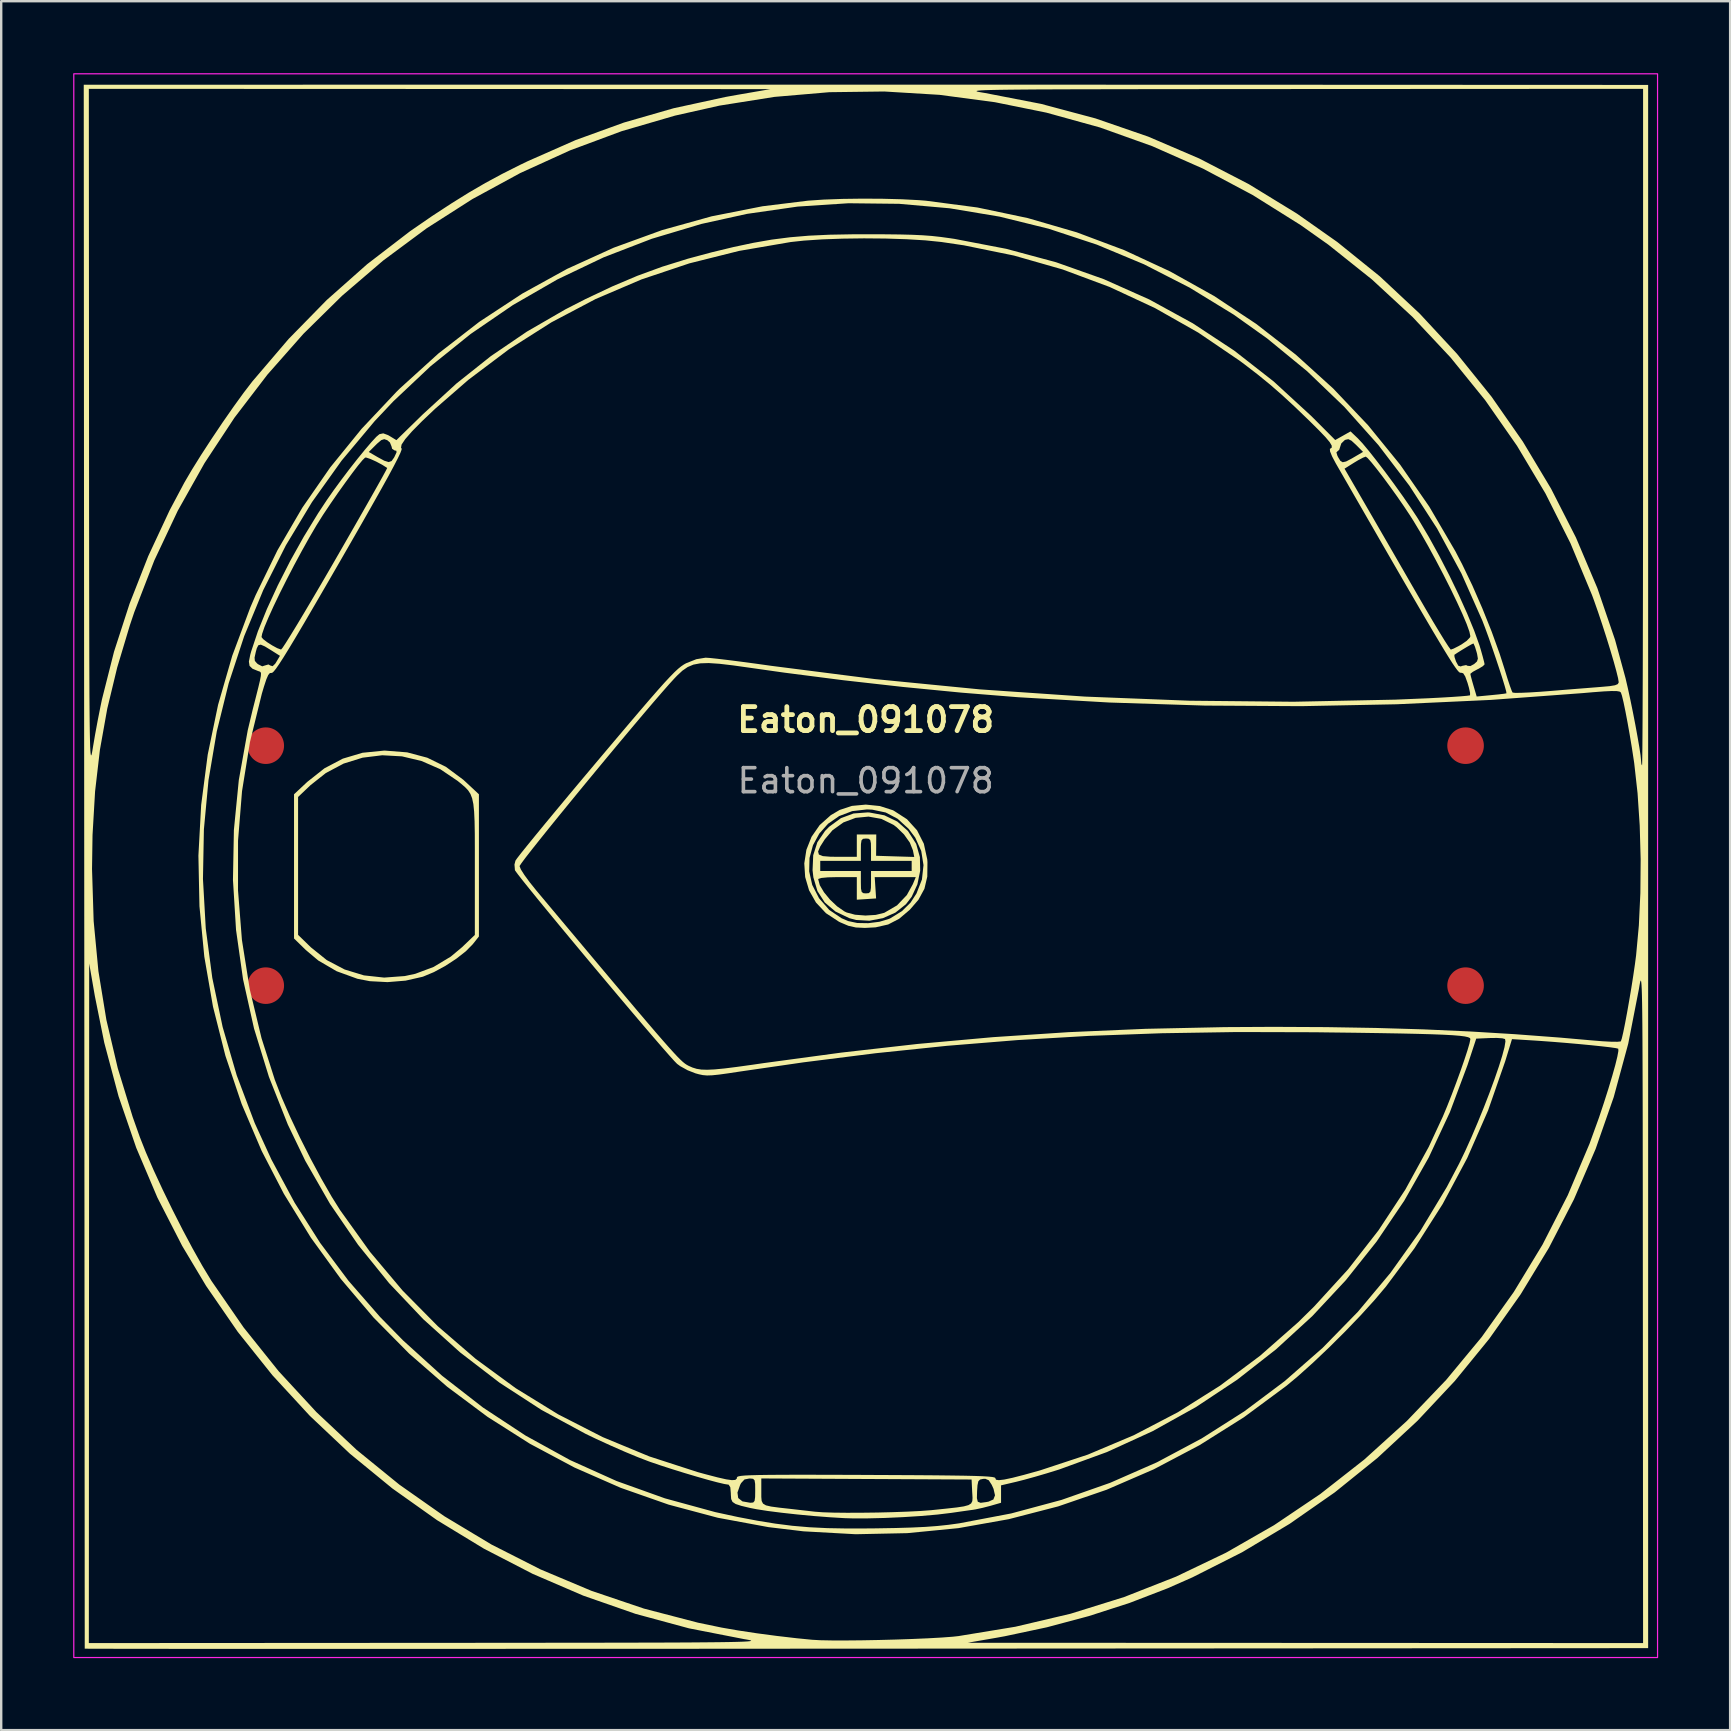
<source format=kicad_pcb>
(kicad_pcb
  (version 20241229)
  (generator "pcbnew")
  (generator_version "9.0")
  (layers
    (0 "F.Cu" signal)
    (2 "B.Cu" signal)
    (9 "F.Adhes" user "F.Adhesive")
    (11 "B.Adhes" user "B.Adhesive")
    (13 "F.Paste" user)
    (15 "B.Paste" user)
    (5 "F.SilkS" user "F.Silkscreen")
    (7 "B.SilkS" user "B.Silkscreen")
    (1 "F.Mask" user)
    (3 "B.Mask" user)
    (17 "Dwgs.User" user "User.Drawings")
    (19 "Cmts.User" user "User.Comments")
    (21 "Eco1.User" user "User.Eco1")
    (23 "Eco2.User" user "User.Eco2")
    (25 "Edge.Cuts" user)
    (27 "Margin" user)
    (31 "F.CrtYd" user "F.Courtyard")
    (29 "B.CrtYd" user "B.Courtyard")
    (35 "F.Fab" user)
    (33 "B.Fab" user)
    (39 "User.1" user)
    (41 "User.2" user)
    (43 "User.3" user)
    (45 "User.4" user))
  (footprint "Eaton_091078"
    (layer "F.Cu")
    (at 33.025 33.025)
    (property "Reference" "Eaton_091078" (at 0 -6.08 0) (unlocked yes) (layer "F.SilkS") (effects (font (size 1 1) (thickness 0.2) (bold yes))))
    (attr smd)
    (fp_poly (pts (xy 0.591 -2.485) (xy 1.129 -2.312) (xy 1.17 -2.292) (xy 1.722 -1.935) (xy 2.141 -1.474) (xy 2.424 -0.915) (xy 2.566 -0.264) (xy 2.575 -0.147) (xy 2.568 0.455) (xy 2.449 0.962) (xy 2.201 1.419) (xy 1.84 1.837) (xy 1.396 2.213) (xy 0.938 2.451) (xy 0.415 2.57) (xy -0.032 2.594) (xy -0.408 2.576) (xy -0.72 2.506) (xy -1.061 2.361) (xy -1.116 2.334) (xy -1.656 1.98) (xy -2.071 1.537) (xy -2.359 1.027) (xy -2.521 0.475) (xy -2.537 0.237) (xy -2.354 0.237) (xy -2.228 0.801) (xy -1.948 1.347) (xy -1.935 1.366) (xy -1.517 1.845) (xy -1.007 2.189) (xy -0.732 2.308) (xy -0.351 2.389) (xy 0.108 2.397) (xy 0.574 2.338) (xy 0.975 2.217) (xy 1.038 2.187) (xy 1.514 1.892) (xy 1.871 1.539) (xy 2.117 1.16) (xy 2.345 0.576) (xy 2.41 -0.022) (xy 2.316 -0.611) (xy 2.066 -1.168) (xy 1.791 -1.535) (xy 1.332 -1.954) (xy 0.835 -2.216) (xy 0.275 -2.334) (xy 0.054 -2.344) (xy -0.561 -2.273) (xy -1.105 -2.067) (xy -1.567 -1.747) (xy -1.934 -1.335) (xy -2.196 -0.852) (xy -2.34 -0.321) (xy -2.354 0.237) (xy -2.537 0.237) (xy -2.558 -0.096) (xy -2.47 -0.663) (xy -2.256 -1.202) (xy -1.918 -1.69) (xy -1.454 -2.104) (xy -1.082 -2.323) (xy -0.572 -2.491) (xy 0.005 -2.545)) (stroke (width 0) (type solid)) (fill yes) (layer "F.SilkS"))
    (fp_poly (pts (xy -19.107 -4.722) (xy -18.269 -4.499) (xy -17.493 -4.119) (xy -16.769 -3.581) (xy -16.649 -3.471) (xy -16.117 -2.975) (xy -16.117 -0.012) (xy -16.117 2.951) (xy -16.376 3.277) (xy -16.662 3.567) (xy -17.059 3.878) (xy -17.519 4.179) (xy -17.994 4.436) (xy -18.434 4.62) (xy -18.471 4.632) (xy -19.172 4.791) (xy -19.925 4.853) (xy -20.663 4.814) (xy -21.18 4.714) (xy -22.047 4.399) (xy -22.813 3.951) (xy -23.333 3.513) (xy -23.822 3.035) (xy -23.822 0.03) (xy -23.822 -2.862) (xy -23.653 -2.862) (xy -23.653 0.01) (xy -23.653 2.883) (xy -23.119 3.403) (xy -22.456 3.936) (xy -21.712 4.327) (xy -20.909 4.572) (xy -20.067 4.664) (xy -19.206 4.6) (xy -18.769 4.506) (xy -18.007 4.221) (xy -17.29 3.79) (xy -16.82 3.397) (xy -16.287 2.887) (xy -16.287 0.112) (xy -16.287 -0.686) (xy -16.289 -1.334) (xy -16.298 -1.85) (xy -16.317 -2.255) (xy -16.349 -2.567) (xy -16.4 -2.806) (xy -16.471 -2.99) (xy -16.568 -3.139) (xy -16.694 -3.272) (xy -16.853 -3.409) (xy -17.006 -3.533) (xy -17.731 -4.022) (xy -18.51 -4.362) (xy -19.322 -4.555) (xy -20.147 -4.601) (xy -20.965 -4.5) (xy -21.754 -4.254) (xy -22.494 -3.862) (xy -23.139 -3.351) (xy -23.653 -2.862) (xy -23.822 -2.862) (xy -23.822 -2.975) (xy -23.268 -3.493) (xy -22.555 -4.057) (xy -21.79 -4.46) (xy -20.968 -4.705) (xy -20.081 -4.794) (xy -20.018 -4.794)) (stroke (width 0) (type solid)) (fill yes) (layer "F.SilkS"))
    (fp_poly (pts (xy 0.156 -2.216) (xy 0.78 -2.098) (xy 1.32 -1.838) (xy 1.761 -1.446) (xy 2.091 -0.93) (xy 2.111 -0.885) (xy 2.26 -0.356) (xy 2.272 0.215) (xy 2.155 0.781) (xy 1.918 1.296) (xy 1.679 1.607) (xy 1.241 1.955) (xy 0.718 2.188) (xy 0.155 2.294) (xy -0.404 2.263) (xy -0.68 2.188) (xy -1.262 1.909) (xy -1.704 1.534) (xy -2.009 1.061) (xy -2.156 0.565) (xy -1.978 0.565) (xy -1.912 0.813) (xy -1.736 1.11) (xy -1.484 1.417) (xy -1.19 1.695) (xy -0.889 1.904) (xy -0.793 1.951) (xy -0.443 2.044) (xy -0.013 2.078) (xy 0.419 2.052) (xy 0.773 1.965) (xy 0.781 1.961) (xy 1.306 1.655) (xy 1.714 1.227) (xy 1.962 0.779) (xy 2.088 0.477) (xy 1.233 0.477) (xy 0.377 0.477) (xy 0.406 0.922) (xy 0.435 1.366) (xy 0.033 1.392) (xy -0.369 1.418) (xy -0.369 0.948) (xy -0.369 0.477) (xy -1.174 0.477) (xy -1.573 0.486) (xy -1.845 0.512) (xy -1.971 0.552) (xy -1.978 0.565) (xy -2.156 0.565) (xy -2.179 0.487) (xy -2.213 0.19) (xy -2.196 -0.2) (xy -1.893 -0.2) (xy -1.893 0.012) (xy -1.893 0.223) (xy -1.047 0.223) (xy -0.2 0.223) (xy -0.2 0.689) (xy -0.195 0.956) (xy -0.165 1.095) (xy -0.094 1.147) (xy 0.012 1.155) (xy 0.133 1.143) (xy 0.196 1.079) (xy 0.22 0.922) (xy 0.223 0.689) (xy 0.223 0.223) (xy 1.07 0.223) (xy 1.917 0.223) (xy 1.917 0.012) (xy 1.917 -0.2) (xy 1.07 -0.2) (xy 0.223 -0.2) (xy 0.223 -0.666) (xy 0.218 -0.932) (xy 0.189 -1.071) (xy 0.117 -1.124) (xy 0.012 -1.131) (xy -0.11 -1.119) (xy -0.173 -1.055) (xy -0.197 -0.898) (xy -0.2 -0.666) (xy -0.2 -0.2) (xy -1.047 -0.2) (xy -1.893 -0.2) (xy -2.196 -0.2) (xy -2.186 -0.434) (xy -2.136 -0.591) (xy -1.982 -0.591) (xy -1.949 -0.464) (xy -1.784 -0.398) (xy -1.473 -0.373) (xy -1.174 -0.369) (xy -0.369 -0.369) (xy -0.369 -0.835) (xy -0.369 -1.301) (xy 0.036 -1.301) (xy 0.442 -1.301) (xy 0.439 -0.856) (xy 0.435 -0.412) (xy 1.229 -0.387) (xy 2.024 -0.363) (xy 1.968 -0.641) (xy 1.84 -0.961) (xy 1.598 -1.301) (xy 1.284 -1.607) (xy 1.155 -1.703) (xy 0.653 -1.95) (xy 0.119 -2.045) (xy -0.417 -1.993) (xy -0.927 -1.802) (xy -1.381 -1.477) (xy -1.703 -1.098) (xy -1.895 -0.796) (xy -1.982 -0.591) (xy -2.136 -0.591) (xy -2.014 -0.975) (xy -1.692 -1.449) (xy -1.519 -1.624) (xy -1.032 -1.98) (xy -0.506 -2.175) (xy 0.086 -2.22)) (stroke (width 0) (type solid)) (fill yes) (layer "F.SilkS"))
    (fp_poly (pts (xy -3.634 -32.548) (xy -1.202 -32.548) (xy 1.242 -32.547) (xy 3.676 -32.547) (xy 6.077 -32.547) (xy 8.423 -32.546) (xy 10.692 -32.545) (xy 12.861 -32.545) (xy 14.908 -32.544) (xy 15.887 -32.544) (xy 32.608 -32.536) (xy 32.608 0.036) (xy 32.608 32.608) (xy 0.033 32.63) (xy -2.306 32.631) (xy -4.601 32.632) (xy -6.847 32.634) (xy -9.038 32.635) (xy -11.169 32.636) (xy -13.232 32.636) (xy -15.224 32.637) (xy -17.137 32.638) (xy -18.967 32.638) (xy -20.707 32.638) (xy -22.351 32.638) (xy -23.895 32.638) (xy -25.331 32.638) (xy -26.655 32.638) (xy -27.86 32.638) (xy -28.941 32.637) (xy -29.891 32.636) (xy -30.706 32.635) (xy -31.379 32.634) (xy -31.905 32.633) (xy -32.278 32.632) (xy -32.491 32.631) (xy -32.544 32.63) (xy -32.544 32.544) (xy -32.544 32.397) (xy -32.373 32.397) (xy -18.255 32.388) (xy -16.446 32.387) (xy -14.799 32.386) (xy -13.307 32.384) (xy -12.69 32.384) (xy 4.245 32.384) (xy 18.321 32.39) (xy 32.397 32.397) (xy 32.388 18.279) (xy 32.387 16.469) (xy 32.386 14.821) (xy 32.385 13.329) (xy 32.383 11.985) (xy 32.382 10.782) (xy 32.38 9.713) (xy 32.377 8.772) (xy 32.374 7.95) (xy 32.371 7.241) (xy 32.367 6.639) (xy 32.362 6.135) (xy 32.356 5.723) (xy 32.349 5.397) (xy 32.341 5.148) (xy 32.332 4.969) (xy 32.321 4.855) (xy 32.31 4.797) (xy 32.297 4.789) (xy 32.282 4.824) (xy 32.266 4.894) (xy 32.248 4.993) (xy 32.228 5.113) (xy 32.223 5.144) (xy 31.778 7.421) (xy 31.174 9.644) (xy 30.419 11.807) (xy 29.517 13.903) (xy 28.474 15.924) (xy 27.295 17.865) (xy 25.986 19.718) (xy 24.551 21.476) (xy 22.997 23.133) (xy 21.328 24.682) (xy 19.55 26.116) (xy 17.668 27.428) (xy 15.688 28.612) (xy 13.615 29.659) (xy 12.581 30.115) (xy 10.996 30.725) (xy 9.301 31.272) (xy 7.548 31.74) (xy 5.79 32.114) (xy 5.43 32.179) (xy 4.245 32.384) (xy -12.69 32.384) (xy -11.964 32.383) (xy -10.762 32.381) (xy -9.693 32.379) (xy -8.752 32.377) (xy -7.931 32.374) (xy -7.223 32.37) (xy -6.621 32.365) (xy -6.118 32.36) (xy -5.706 32.354) (xy -5.38 32.347) (xy -5.131 32.339) (xy -4.953 32.33) (xy -4.838 32.32) (xy -4.78 32.308) (xy -4.772 32.295) (xy -4.807 32.281) (xy -4.876 32.265) (xy -4.975 32.247) (xy -5.077 32.23) (xy -7.363 31.783) (xy -9.596 31.178) (xy -11.769 30.42) (xy -13.876 29.513) (xy -15.909 28.463) (xy -17.862 27.275) (xy -19.726 25.952) (xy -21.496 24.502) (xy -23.164 22.927) (xy -24.724 21.234) (xy -26.167 19.427) (xy -27.487 17.512) (xy -28.484 15.844) (xy -29.515 13.834) (xy -30.397 11.759) (xy -31.135 9.61) (xy -31.73 7.378) (xy -32.123 5.43) (xy -32.358 4.076) (xy -32.366 18.236) (xy -32.373 32.397) (xy -32.544 32.397) (xy -32.544 32.296) (xy -32.544 31.889) (xy -32.545 31.33) (xy -32.545 30.626) (xy -32.546 29.781) (xy -32.546 28.801) (xy -32.547 27.692) (xy -32.548 26.46) (xy -32.549 25.112) (xy -32.55 23.651) (xy -32.551 22.085) (xy -32.552 20.419) (xy -32.553 18.659) (xy -32.554 16.81) (xy -32.555 14.879) (xy -32.557 12.871) (xy -32.558 10.792) (xy -32.559 8.648) (xy -32.561 6.444) (xy -32.562 4.187) (xy -32.564 1.882) (xy -32.565 0.139) (xy -32.24 0.139) (xy -32.172 2.309) (xy -31.974 4.395) (xy -31.641 6.429) (xy -31.167 8.442) (xy -30.547 10.466) (xy -30.246 11.315) (xy -29.995 11.948) (xy -29.673 12.688) (xy -29.298 13.497) (xy -28.888 14.339) (xy -28.463 15.175) (xy -28.04 15.969) (xy -27.638 16.684) (xy -27.276 17.282) (xy -27.259 17.309) (xy -25.921 19.246) (xy -24.463 21.067) (xy -22.891 22.769) (xy -21.212 24.346) (xy -19.431 25.795) (xy -17.557 27.111) (xy -15.594 28.29) (xy -13.549 29.327) (xy -11.428 30.219) (xy -9.239 30.96) (xy -6.987 31.547) (xy -6 31.752) (xy -5.325 31.869) (xy -4.54 31.988) (xy -3.703 32.099) (xy -2.871 32.196) (xy -2.232 32.259) (xy -1.892 32.278) (xy -1.415 32.287) (xy -0.83 32.288) (xy -0.171 32.282) (xy 0.533 32.269) (xy 1.251 32.25) (xy 1.95 32.226) (xy 2.599 32.198) (xy 3.169 32.166) (xy 3.626 32.132) (xy 3.864 32.106) (xy 6.238 31.716) (xy 8.542 31.173) (xy 10.774 30.477) (xy 12.932 29.629) (xy 15.014 28.632) (xy 17.017 27.485) (xy 18.94 26.189) (xy 20.78 24.747) (xy 22.534 23.158) (xy 22.565 23.128) (xy 24.188 21.433) (xy 25.67 19.645) (xy 27.009 17.765) (xy 28.205 15.794) (xy 29.258 13.734) (xy 30.166 11.586) (xy 30.558 10.502) (xy 30.765 9.881) (xy 30.952 9.294) (xy 31.111 8.764) (xy 31.238 8.311) (xy 31.325 7.956) (xy 31.368 7.721) (xy 31.363 7.628) (xy 31.264 7.604) (xy 31.025 7.569) (xy 30.67 7.528) (xy 30.229 7.482) (xy 29.728 7.434) (xy 29.194 7.387) (xy 28.655 7.343) (xy 28.138 7.305) (xy 27.866 7.287) (xy 26.934 7.229) (xy 26.652 8.15) (xy 25.938 10.2) (xy 25.068 12.186) (xy 24.044 14.102) (xy 22.87 15.944) (xy 21.683 17.538) (xy 21.206 18.103) (xy 20.63 18.737) (xy 19.989 19.405) (xy 19.316 20.074) (xy 18.647 20.709) (xy 18.016 21.275) (xy 17.538 21.674) (xy 15.76 22.988) (xy 13.913 24.15) (xy 12.004 25.157) (xy 10.039 26.008) (xy 8.023 26.701) (xy 5.963 27.234) (xy 3.865 27.607) (xy 1.736 27.816) (xy -0.418 27.861) (xy -2.592 27.74) (xy -4.052 27.565) (xy -6.16 27.175) (xy -8.214 26.627) (xy -10.209 25.927) (xy -12.136 25.081) (xy -13.988 24.093) (xy -15.758 22.969) (xy -17.439 21.715) (xy -19.023 20.335) (xy -20.503 18.837) (xy -21.871 17.224) (xy -23.12 15.503) (xy -24.243 13.68) (xy -25.17 11.889) (xy -26.005 9.931) (xy -26.682 7.922) (xy -27.2 5.872) (xy -27.561 3.792) (xy -27.763 1.692) (xy -27.787 0.554) (xy -27.617 0.554) (xy -27.5 2.619) (xy -27.228 4.678) (xy -26.797 6.721) (xy -26.209 8.74) (xy -25.46 10.726) (xy -24.764 12.246) (xy -23.798 14.043) (xy -22.734 15.719) (xy -21.552 17.299) (xy -20.234 18.809) (xy -19.279 19.783) (xy -17.651 21.257) (xy -15.949 22.58) (xy -14.171 23.751) (xy -12.315 24.772) (xy -10.381 25.643) (xy -8.367 26.365) (xy -6.272 26.938) (xy -5.322 27.144) (xy -4.506 27.299) (xy -3.765 27.419) (xy -3.058 27.509) (xy -2.348 27.57) (xy -1.594 27.607) (xy -0.759 27.622) (xy 0.196 27.619) (xy 0.435 27.616) (xy 1.245 27.602) (xy 1.918 27.582) (xy 2.487 27.555) (xy 2.985 27.518) (xy 3.443 27.469) (xy 3.896 27.407) (xy 3.906 27.405) (xy 6.067 26.994) (xy 8.163 26.43) (xy 10.189 25.718) (xy 12.138 24.863) (xy 14.004 23.868) (xy 15.781 22.739) (xy 17.462 21.48) (xy 19.042 20.096) (xy 20.513 18.59) (xy 21.871 16.967) (xy 23.108 15.233) (xy 24.218 13.391) (xy 24.732 12.415) (xy 24.986 11.888) (xy 25.247 11.309) (xy 25.507 10.699) (xy 25.759 10.08) (xy 25.995 9.471) (xy 26.207 8.894) (xy 26.387 8.37) (xy 26.528 7.919) (xy 26.622 7.564) (xy 26.661 7.324) (xy 26.645 7.225) (xy 26.533 7.195) (xy 26.303 7.179) (xy 26.012 7.183) (xy 25.444 7.208) (xy 25.081 8.309) (xy 24.345 10.277) (xy 23.463 12.164) (xy 22.443 13.964) (xy 21.289 15.669) (xy 20.01 17.274) (xy 18.612 18.772) (xy 17.1 20.157) (xy 15.482 21.423) (xy 13.764 22.562) (xy 11.953 23.569) (xy 10.054 24.437) (xy 8.076 25.159) (xy 8.013 25.179) (xy 7.54 25.325) (xy 7.052 25.468) (xy 6.611 25.59) (xy 6.298 25.67) (xy 5.642 25.824) (xy 5.642 26.187) (xy 5.642 26.55) (xy 5.197 26.678) (xy 4.88 26.76) (xy 4.576 26.826) (xy 4.457 26.845) (xy 4.218 26.878) (xy 3.887 26.925) (xy 3.562 26.972) (xy 2.991 27.041) (xy 2.304 27.101) (xy 1.552 27.149) (xy 0.787 27.183) (xy 0.06 27.201) (xy -0.579 27.2) (xy -0.877 27.191) (xy -1.505 27.153) (xy -2.175 27.101) (xy -2.851 27.037) (xy -3.497 26.966) (xy -4.074 26.893) (xy -4.548 26.819) (xy -4.814 26.767) (xy -5.184 26.678) (xy -5.418 26.602) (xy -5.549 26.515) (xy -5.605 26.395) (xy -5.618 26.218) (xy -5.619 26.167) (xy -5.622 26.124) (xy -5.343 26.124) (xy -5.312 26.352) (xy -5.136 26.492) (xy -4.813 26.549) (xy -4.793 26.549) (xy -4.687 26.539) (xy -4.63 26.473) (xy -4.607 26.314) (xy -4.607 26.311) (xy -4.349 26.311) (xy -4.334 26.475) (xy -4.278 26.585) (xy -4.155 26.658) (xy -3.94 26.708) (xy -3.607 26.753) (xy -3.163 26.802) (xy -2.781 26.846) (xy -2.435 26.885) (xy -2.178 26.915) (xy -2.105 26.923) (xy -1.789 26.946) (xy -1.337 26.961) (xy -0.785 26.967) (xy -0.167 26.965) (xy 0.484 26.957) (xy 1.133 26.941) (xy 1.746 26.919) (xy 2.288 26.892) (xy 2.727 26.859) (xy 2.806 26.851) (xy 3.374 26.792) (xy 3.796 26.745) (xy 4.093 26.7) (xy 4.285 26.647) (xy 4.395 26.577) (xy 4.444 26.479) (xy 4.452 26.357) (xy 4.635 26.357) (xy 4.673 26.508) (xy 4.791 26.552) (xy 5.024 26.521) (xy 5.123 26.502) (xy 5.322 26.412) (xy 5.39 26.239) (xy 5.329 25.971) (xy 5.252 25.801) (xy 5.13 25.613) (xy 4.986 25.551) (xy 4.893 25.555) (xy 4.765 25.583) (xy 4.695 25.656) (xy 4.66 25.819) (xy 4.643 26.068) (xy 4.635 26.357) (xy 4.452 26.357) (xy 4.453 26.345) (xy 4.443 26.164) (xy 4.439 26.103) (xy 4.414 25.581) (xy 0.033 25.559) (xy -4.349 25.537) (xy -4.349 26.079) (xy -4.349 26.311) (xy -4.607 26.311) (xy -4.603 26.047) (xy -4.606 25.765) (xy -4.63 25.614) (xy -4.692 25.551) (xy -4.814 25.539) (xy -4.85 25.539) (xy -5.05 25.579) (xy -5.19 25.729) (xy -5.231 25.806) (xy -5.343 26.124) (xy -5.622 26.124) (xy -5.641 25.904) (xy -5.709 25.796) (xy -5.731 25.793) (xy -5.893 25.767) (xy -6.186 25.698) (xy -6.579 25.593) (xy -7.041 25.461) (xy -7.542 25.312) (xy -8.053 25.153) (xy -8.542 24.995) (xy -8.979 24.846) (xy -9.048 24.821) (xy -9.494 24.65) (xy -10.04 24.423) (xy -10.636 24.161) (xy -11.233 23.888) (xy -11.672 23.677) (xy -13.511 22.68) (xy -15.256 21.547) (xy -16.9 20.284) (xy -18.436 18.9) (xy -19.857 17.402) (xy -21.155 15.797) (xy -22.323 14.094) (xy -23.353 12.3) (xy -24.081 10.788) (xy -24.867 8.804) (xy -25.489 6.786) (xy -25.946 4.74) (xy -26.239 2.674) (xy -26.34 1.029) (xy -26.156 1.029) (xy -25.993 3.097) (xy -25.666 5.155) (xy -25.175 7.193) (xy -24.621 8.927) (xy -24.343 9.643) (xy -23.989 10.455) (xy -23.581 11.319) (xy -23.14 12.194) (xy -22.688 13.036) (xy -22.248 13.802) (xy -21.896 14.363) (xy -20.656 16.093) (xy -19.299 17.705) (xy -17.83 19.192) (xy -16.255 20.55) (xy -14.581 21.777) (xy -12.812 22.866) (xy -10.955 23.815) (xy -9.016 24.618) (xy -7 25.272) (xy -6.671 25.362) (xy -6.172 25.492) (xy -5.814 25.573) (xy -5.575 25.607) (xy -5.435 25.598) (xy -5.373 25.546) (xy -5.365 25.496) (xy -5.35 25.47) (xy -5.297 25.448) (xy -5.194 25.429) (xy -5.03 25.414) (xy -4.792 25.403) (xy -4.469 25.394) (xy -4.049 25.388) (xy -3.52 25.384) (xy -2.871 25.382) (xy -2.088 25.383) (xy -1.161 25.385) (xy -0.078 25.389) (xy 0.033 25.39) (xy 1.141 25.395) (xy 2.092 25.4) (xy 2.896 25.406) (xy 3.564 25.414) (xy 4.109 25.422) (xy 4.54 25.432) (xy 4.871 25.444) (xy 5.111 25.459) (xy 5.272 25.475) (xy 5.366 25.495) (xy 5.404 25.518) (xy 5.405 25.529) (xy 5.431 25.589) (xy 5.549 25.608) (xy 5.775 25.582) (xy 6.12 25.509) (xy 6.599 25.386) (xy 7.223 25.213) (xy 7.274 25.198) (xy 9.258 24.543) (xy 11.171 23.736) (xy 13.008 22.778) (xy 14.765 21.672) (xy 16.439 20.421) (xy 18.024 19.026) (xy 18.689 18.371) (xy 20.107 16.818) (xy 21.371 15.197) (xy 22.489 13.499) (xy 23.467 11.715) (xy 24.054 10.452) (xy 24.231 10.027) (xy 24.42 9.549) (xy 24.609 9.048) (xy 24.789 8.554) (xy 24.948 8.095) (xy 25.077 7.702) (xy 25.164 7.404) (xy 25.2 7.23) (xy 25.2 7.221) (xy 25.178 7.182) (xy 25.104 7.148) (xy 24.968 7.117) (xy 24.76 7.09) (xy 24.469 7.066) (xy 24.086 7.045) (xy 23.599 7.026) (xy 22.999 7.009) (xy 22.275 6.993) (xy 21.417 6.978) (xy 20.415 6.963) (xy 19.258 6.949) (xy 18.723 6.942) (xy 15.471 6.933) (xy 12.345 6.983) (xy 9.31 7.093) (xy 6.334 7.268) (xy 3.381 7.508) (xy 0.419 7.816) (xy -2.587 8.195) (xy -5.209 8.575) (xy -5.731 8.654) (xy -6.117 8.707) (xy -6.401 8.736) (xy -6.612 8.743) (xy -6.785 8.728) (xy -6.951 8.693) (xy -7.093 8.654) (xy -7.418 8.527) (xy -7.726 8.357) (xy -7.859 8.259) (xy -7.977 8.138) (xy -8.188 7.904) (xy -8.479 7.572) (xy -8.839 7.155) (xy -9.257 6.668) (xy -9.72 6.123) (xy -10.217 5.536) (xy -10.736 4.919) (xy -11.267 4.287) (xy -11.796 3.654) (xy -12.313 3.033) (xy -12.806 2.439) (xy -13.263 1.885) (xy -13.673 1.386) (xy -14.023 0.954) (xy -14.303 0.605) (xy -14.501 0.351) (xy -14.605 0.208) (xy -14.617 0.185) (xy -14.63 0.021) (xy -14.423 0.021) (xy -14.37 0.155) (xy -14.223 0.387) (xy -14.002 0.689) (xy -13.727 1.032) (xy -13.723 1.037) (xy -12.788 2.153) (xy -11.955 3.146) (xy -11.218 4.024) (xy -10.571 4.794) (xy -10.006 5.464) (xy -9.519 6.041) (xy -9.102 6.531) (xy -8.749 6.943) (xy -8.453 7.284) (xy -8.209 7.561) (xy -8.009 7.782) (xy -7.849 7.954) (xy -7.72 8.083) (xy -7.617 8.179) (xy -7.533 8.247) (xy -7.462 8.295) (xy -7.398 8.331) (xy -7.383 8.339) (xy -7.217 8.413) (xy -7.045 8.466) (xy -6.848 8.497) (xy -6.603 8.505) (xy -6.289 8.49) (xy -5.884 8.451) (xy -5.368 8.386) (xy -4.719 8.296) (xy -4.259 8.229) (xy -1.015 7.79) (xy 2.158 7.43) (xy 5.303 7.147) (xy 8.458 6.938) (xy 11.665 6.799) (xy 14.965 6.728) (xy 16.987 6.717) (xy 19.197 6.728) (xy 21.273 6.763) (xy 23.25 6.822) (xy 25.162 6.908) (xy 27.044 7.022) (xy 28.93 7.164) (xy 30.28 7.283) (xy 30.702 7.317) (xy 31.061 7.336) (xy 31.324 7.339) (xy 31.461 7.325) (xy 31.471 7.319) (xy 31.512 7.197) (xy 31.572 6.937) (xy 31.647 6.568) (xy 31.731 6.119) (xy 31.819 5.619) (xy 31.907 5.097) (xy 31.988 4.583) (xy 32.058 4.105) (xy 32.106 3.737) (xy 32.221 2.491) (xy 32.284 1.14) (xy 32.296 -0.264) (xy 32.257 -1.668) (xy 32.167 -3.02) (xy 32.028 -4.268) (xy 32.01 -4.391) (xy 31.929 -4.92) (xy 31.84 -5.456) (xy 31.749 -5.969) (xy 31.661 -6.431) (xy 31.582 -6.812) (xy 31.516 -7.084) (xy 31.471 -7.218) (xy 31.471 -7.218) (xy 31.416 -7.256) (xy 31.295 -7.276) (xy 31.086 -7.278) (xy 30.767 -7.263) (xy 30.317 -7.229) (xy 29.889 -7.192) (xy 26.06 -6.908) (xy 22.133 -6.726) (xy 18.147 -6.647) (xy 14.139 -6.671) (xy 10.148 -6.799) (xy 6.362 -7.019) (xy 4.006 -7.209) (xy 1.553 -7.448) (xy -0.934 -7.728) (xy -3.392 -8.044) (xy -4.814 -8.246) (xy -5.524 -8.346) (xy -6.091 -8.413) (xy -6.539 -8.443) (xy -6.894 -8.432) (xy -7.179 -8.378) (xy -7.418 -8.277) (xy -7.637 -8.126) (xy -7.858 -7.92) (xy -7.971 -7.802) (xy -8.191 -7.561) (xy -8.488 -7.223) (xy -8.851 -6.803) (xy -9.268 -6.313) (xy -9.728 -5.768) (xy -10.22 -5.181) (xy -10.731 -4.568) (xy -11.251 -3.941) (xy -11.768 -3.315) (xy -12.27 -2.703) (xy -12.747 -2.119) (xy -13.186 -1.578) (xy -13.576 -1.092) (xy -13.906 -0.677) (xy -14.164 -0.346) (xy -14.339 -0.112) (xy -14.419 0.009) (xy -14.423 0.021) (xy -14.63 0.021) (xy -14.636 -0.046) (xy -14.595 -0.208) (xy -14.526 -0.308) (xy -14.357 -0.526) (xy -14.098 -0.848) (xy -13.759 -1.264) (xy -13.35 -1.762) (xy -12.88 -2.329) (xy -12.36 -2.954) (xy -11.799 -3.624) (xy -11.225 -4.306) (xy -10.535 -5.124) (xy -9.945 -5.821) (xy -9.445 -6.409) (xy -9.026 -6.897) (xy -8.678 -7.296) (xy -8.393 -7.616) (xy -8.16 -7.866) (xy -7.972 -8.058) (xy -7.819 -8.201) (xy -7.691 -8.305) (xy -7.58 -8.381) (xy -7.485 -8.434) (xy -7.057 -8.604) (xy -6.672 -8.667) (xy -6.665 -8.667) (xy -6.487 -8.655) (xy -6.167 -8.621) (xy -5.731 -8.569) (xy -5.204 -8.502) (xy -4.613 -8.423) (xy -3.983 -8.335) (xy -3.95 -8.33) (xy 0.385 -7.776) (xy 4.756 -7.347) (xy 9.138 -7.046) (xy 13.503 -6.874) (xy 17.826 -6.831) (xy 22.078 -6.919) (xy 23.457 -6.977) (xy 23.974 -7.004) (xy 24.431 -7.031) (xy 24.802 -7.057) (xy 25.061 -7.08) (xy 25.182 -7.098) (xy 25.186 -7.101) (xy 25.187 -7.199) (xy 25.142 -7.407) (xy 25.083 -7.613) (xy 24.985 -7.885) (xy 24.9 -8.018) (xy 24.808 -8.042) (xy 24.792 -8.038) (xy 24.762 -8.043) (xy 24.716 -8.079) (xy 24.652 -8.153) (xy 24.564 -8.273) (xy 24.447 -8.445) (xy 24.299 -8.679) (xy 24.233 -8.785) (xy 24.532 -8.785) (xy 24.539 -8.696) (xy 24.598 -8.519) (xy 24.605 -8.502) (xy 24.697 -8.333) (xy 24.796 -8.301) (xy 24.858 -8.326) (xy 25.021 -8.359) (xy 25.081 -8.329) (xy 25.2 -8.318) (xy 25.356 -8.402) (xy 25.476 -8.511) (xy 25.513 -8.629) (xy 25.48 -8.823) (xy 25.458 -8.905) (xy 25.392 -9.121) (xy 25.337 -9.246) (xy 25.322 -9.259) (xy 25.238 -9.219) (xy 25.065 -9.121) (xy 24.856 -8.995) (xy 24.664 -8.875) (xy 24.542 -8.793) (xy 24.532 -8.785) (xy 24.233 -8.785) (xy 24.113 -8.98) (xy 23.886 -9.357) (xy 23.612 -9.816) (xy 23.289 -10.366) (xy 22.911 -11.014) (xy 22.473 -11.767) (xy 21.972 -12.633) (xy 21.403 -13.619) (xy 20.761 -14.733) (xy 20.042 -15.982) (xy 19.718 -16.544) (xy 19.956 -16.544) (xy 20.852 -14.997) (xy 21.142 -14.496) (xy 21.493 -13.887) (xy 21.885 -13.21) (xy 22.293 -12.502) (xy 22.696 -11.803) (xy 23.028 -11.228) (xy 23.35 -10.673) (xy 23.647 -10.168) (xy 23.91 -9.733) (xy 24.125 -9.383) (xy 24.283 -9.138) (xy 24.373 -9.016) (xy 24.387 -9.005) (xy 24.5 -9.045) (xy 24.702 -9.147) (xy 24.833 -9.221) (xy 25.045 -9.368) (xy 25.177 -9.504) (xy 25.2 -9.56) (xy 25.159 -9.753) (xy 25.045 -10.071) (xy 24.868 -10.49) (xy 24.64 -10.987) (xy 24.373 -11.541) (xy 24.076 -12.129) (xy 23.762 -12.728) (xy 23.442 -13.316) (xy 23.127 -13.87) (xy 22.829 -14.367) (xy 22.688 -14.589) (xy 22.428 -14.98) (xy 22.141 -15.395) (xy 21.844 -15.808) (xy 21.556 -16.198) (xy 21.293 -16.539) (xy 21.074 -16.81) (xy 20.917 -16.987) (xy 20.84 -17.046) (xy 20.726 -17.003) (xy 20.522 -16.895) (xy 20.356 -16.795) (xy 19.956 -16.544) (xy 19.718 -16.544) (xy 19.584 -16.777) (xy 19.436 -17.057) (xy 19.37 -17.221) (xy 19.617 -17.221) (xy 19.658 -17.084) (xy 19.69 -17.02) (xy 19.782 -16.871) (xy 19.879 -16.812) (xy 20.022 -16.844) (xy 20.254 -16.966) (xy 20.345 -17.019) (xy 20.727 -17.243) (xy 20.435 -17.536) (xy 20.246 -17.709) (xy 20.116 -17.773) (xy 19.996 -17.749) (xy 19.962 -17.732) (xy 19.821 -17.596) (xy 19.781 -17.476) (xy 19.733 -17.326) (xy 19.675 -17.281) (xy 19.617 -17.221) (xy 19.37 -17.221) (xy 19.352 -17.265) (xy 19.345 -17.367) (xy 19.351 -17.371) (xy 19.422 -17.42) (xy 19.421 -17.507) (xy 19.338 -17.648) (xy 19.162 -17.858) (xy 18.881 -18.151) (xy 18.49 -18.539) (xy 17.883 -19.123) (xy 17.349 -19.616) (xy 16.847 -20.053) (xy 16.337 -20.469) (xy 15.779 -20.898) (xy 15.574 -21.05) (xy 13.861 -22.214) (xy 12.057 -23.236) (xy 10.171 -24.114) (xy 8.21 -24.845) (xy 6.181 -25.425) (xy 4.092 -25.852) (xy 3.144 -25.992) (xy 2.482 -26.059) (xy 1.697 -26.106) (xy 0.833 -26.134) (xy -0.069 -26.142) (xy -0.966 -26.13) (xy -1.816 -26.099) (xy -2.576 -26.048) (xy -3.121 -25.989) (xy -5.274 -25.619) (xy -7.346 -25.1) (xy -9.339 -24.432) (xy -11.255 -23.613) (xy -13.095 -22.643) (xy -14.861 -21.522) (xy -16.554 -20.248) (xy -17.943 -19.039) (xy -18.491 -18.519) (xy -18.906 -18.098) (xy -19.188 -17.775) (xy -19.34 -17.548) (xy -19.363 -17.416) (xy -19.34 -17.391) (xy -19.339 -17.336) (xy -19.391 -17.198) (xy -19.499 -16.97) (xy -19.667 -16.645) (xy -19.899 -16.214) (xy -20.2 -15.672) (xy -20.573 -15.011) (xy -21.021 -14.223) (xy -21.55 -13.301) (xy -21.922 -12.655) (xy -22.487 -11.678) (xy -22.974 -10.84) (xy -23.388 -10.131) (xy -23.736 -9.543) (xy -24.023 -9.066) (xy -24.254 -8.691) (xy -24.435 -8.41) (xy -24.571 -8.213) (xy -24.668 -8.092) (xy -24.732 -8.037) (xy -24.757 -8.033) (xy -24.828 -8.027) (xy -24.897 -7.945) (xy -24.976 -7.764) (xy -25.076 -7.459) (xy -25.163 -7.166) (xy -25.659 -5.148) (xy -25.989 -3.103) (xy -26.155 -1.041) (xy -26.156 1.029) (xy -26.34 1.029) (xy -26.367 0.596) (xy -26.328 -1.488) (xy -26.123 -3.57) (xy -25.751 -5.643) (xy -25.544 -6.508) (xy -25.406 -7.047) (xy -25.306 -7.445) (xy -25.24 -7.723) (xy -25.205 -7.904) (xy -25.199 -8.011) (xy -25.217 -8.066) (xy -25.257 -8.092) (xy -25.316 -8.11) (xy -25.317 -8.11) (xy -25.552 -8.207) (xy -25.676 -8.326) (xy -25.703 -8.506) (xy -25.67 -8.67) (xy -25.467 -8.67) (xy -25.454 -8.533) (xy -25.365 -8.431) (xy -25.324 -8.397) (xy -25.148 -8.307) (xy -25.03 -8.344) (xy -24.888 -8.385) (xy -24.812 -8.342) (xy -24.713 -8.313) (xy -24.605 -8.418) (xy -24.555 -8.498) (xy -24.409 -8.745) (xy -24.757 -8.965) (xy -25.036 -9.136) (xy -25.208 -9.211) (xy -25.309 -9.186) (xy -25.373 -9.06) (xy -25.416 -8.904) (xy -25.467 -8.67) (xy -25.67 -8.67) (xy -25.647 -8.787) (xy -25.608 -8.928) (xy -25.408 -9.527) (xy -25.177 -9.527) (xy -25.11 -9.442) (xy -24.943 -9.314) (xy -24.73 -9.178) (xy -24.523 -9.065) (xy -24.373 -9.01) (xy -24.36 -9.009) (xy -24.3 -9.079) (xy -24.165 -9.283) (xy -23.962 -9.607) (xy -23.7 -10.036) (xy -23.387 -10.558) (xy -23.032 -11.158) (xy -22.642 -11.822) (xy -22.226 -12.538) (xy -22.087 -12.779) (xy -21.668 -13.508) (xy -21.276 -14.191) (xy -20.919 -14.816) (xy -20.606 -15.367) (xy -20.344 -15.831) (xy -20.141 -16.194) (xy -20.005 -16.443) (xy -19.943 -16.564) (xy -19.94 -16.574) (xy -20.148 -16.706) (xy -20.395 -16.838) (xy -20.63 -16.945) (xy -20.804 -17.004) (xy -20.86 -17.006) (xy -20.968 -16.899) (xy -21.153 -16.676) (xy -21.395 -16.359) (xy -21.679 -15.972) (xy -21.987 -15.541) (xy -22.3 -15.087) (xy -22.602 -14.636) (xy -22.624 -14.602) (xy -22.895 -14.17) (xy -23.191 -13.664) (xy -23.503 -13.106) (xy -23.819 -12.52) (xy -24.126 -11.928) (xy -24.415 -11.352) (xy -24.673 -10.815) (xy -24.889 -10.339) (xy -25.053 -9.947) (xy -25.151 -9.662) (xy -25.177 -9.527) (xy -25.408 -9.527) (xy -25.329 -9.764) (xy -24.954 -10.692) (xy -24.498 -11.682) (xy -23.98 -12.7) (xy -23.414 -13.713) (xy -22.817 -14.689) (xy -22.461 -15.228) (xy -22.171 -15.643) (xy -21.847 -16.085) (xy -21.51 -16.53) (xy -21.177 -16.954) (xy -20.944 -17.24) (xy -20.707 -17.24) (xy -20.338 -17.026) (xy -20.058 -16.874) (xy -19.877 -16.819) (xy -19.756 -16.862) (xy -19.655 -17.004) (xy -19.631 -17.049) (xy -19.551 -17.221) (xy -19.556 -17.291) (xy -19.629 -17.303) (xy -19.735 -17.373) (xy -19.758 -17.469) (xy -19.826 -17.636) (xy -19.938 -17.732) (xy -20.064 -17.774) (xy -20.187 -17.734) (xy -20.356 -17.59) (xy -20.413 -17.534) (xy -20.707 -17.24) (xy -20.944 -17.24) (xy -20.867 -17.335) (xy -20.599 -17.649) (xy -20.393 -17.872) (xy -20.265 -17.98) (xy -20.265 -17.981) (xy -20.104 -18.016) (xy -19.902 -17.942) (xy -19.83 -17.9) (xy -19.556 -17.733) (xy -18.45 -18.813) (xy -17.05 -20.096) (xy -15.617 -21.236) (xy -14.117 -22.256) (xy -12.514 -23.183) (xy -11.672 -23.614) (xy -10.555 -24.141) (xy -9.511 -24.583) (xy -8.481 -24.96) (xy -7.408 -25.294) (xy -6.423 -25.559) (xy -5.514 -25.779) (xy -4.692 -25.954) (xy -3.919 -26.089) (xy -3.156 -26.187) (xy -2.362 -26.254) (xy -1.5 -26.294) (xy -0.529 -26.312) (xy 0.054 -26.313) (xy 0.811 -26.311) (xy 1.428 -26.304) (xy 1.938 -26.291) (xy 2.371 -26.271) (xy 2.757 -26.242) (xy 3.127 -26.201) (xy 3.511 -26.148) (xy 3.695 -26.121) (xy 5.858 -25.706) (xy 7.933 -25.147) (xy 9.92 -24.443) (xy 11.82 -23.595) (xy 13.634 -22.601) (xy 15.363 -21.461) (xy 17.007 -20.175) (xy 18.566 -18.742) (xy 18.68 -18.629) (xy 19.568 -17.738) (xy 19.887 -17.917) (xy 20.206 -18.097) (xy 20.513 -17.805) (xy 20.708 -17.596) (xy 20.977 -17.274) (xy 21.298 -16.867) (xy 21.652 -16.403) (xy 22.017 -15.909) (xy 22.372 -15.414) (xy 22.697 -14.945) (xy 22.971 -14.531) (xy 23.042 -14.417) (xy 23.469 -13.698) (xy 23.9 -12.916) (xy 24.32 -12.102) (xy 24.714 -11.288) (xy 25.065 -10.508) (xy 25.359 -9.794) (xy 25.58 -9.177) (xy 25.632 -9.006) (xy 25.713 -8.718) (xy 25.771 -8.497) (xy 25.793 -8.39) (xy 25.724 -8.316) (xy 25.553 -8.212) (xy 25.496 -8.184) (xy 25.307 -8.081) (xy 25.206 -8.002) (xy 25.2 -7.989) (xy 25.222 -7.884) (xy 25.28 -7.671) (xy 25.332 -7.492) (xy 25.463 -7.049) (xy 26.072 -7.107) (xy 26.372 -7.137) (xy 26.597 -7.164) (xy 26.701 -7.182) (xy 26.704 -7.183) (xy 26.691 -7.269) (xy 26.631 -7.486) (xy 26.534 -7.805) (xy 26.408 -8.195) (xy 26.264 -8.629) (xy 26.111 -9.077) (xy 25.96 -9.511) (xy 25.818 -9.9) (xy 25.699 -10.211) (xy 24.829 -12.171) (xy 23.813 -14.049) (xy 22.656 -15.838) (xy 21.363 -17.532) (xy 19.942 -19.123) (xy 18.396 -20.605) (xy 16.731 -21.971) (xy 15.336 -22.964) (xy 13.499 -24.089) (xy 11.596 -25.062) (xy 9.635 -25.88) (xy 7.626 -26.543) (xy 5.577 -27.048) (xy 3.498 -27.395) (xy 1.397 -27.581) (xy -0.717 -27.605) (xy -2.834 -27.466) (xy -4.946 -27.162) (xy -6.845 -26.743) (xy -8.914 -26.124) (xy -10.919 -25.351) (xy -12.851 -24.428) (xy -14.701 -23.362) (xy -16.463 -22.156) (xy -18.129 -20.815) (xy -19.689 -19.345) (xy -20.461 -18.526) (xy -21.839 -16.879) (xy -23.073 -15.151) (xy -24.161 -13.35) (xy -25.104 -11.485) (xy -25.899 -9.565) (xy -26.545 -7.599) (xy -27.041 -5.595) (xy -27.386 -3.562) (xy -27.578 -1.51) (xy -27.617 0.554) (xy -27.787 0.554) (xy -27.807 -0.418) (xy -27.692 -2.528) (xy -27.419 -4.627) (xy -26.987 -6.704) (xy -26.396 -8.75) (xy -25.646 -10.755) (xy -25.424 -11.271) (xy -24.512 -13.144) (xy -23.479 -14.914) (xy -22.314 -16.596) (xy -21.007 -18.204) (xy -19.547 -19.753) (xy -19.407 -19.891) (xy -17.801 -21.347) (xy -16.099 -22.665) (xy -14.31 -23.84) (xy -12.44 -24.871) (xy -10.497 -25.754) (xy -8.487 -26.485) (xy -6.418 -27.061) (xy -4.296 -27.48) (xy -2.401 -27.713) (xy -1.742 -27.758) (xy -0.97 -27.786) (xy -0.136 -27.797) (xy 0.709 -27.792) (xy 1.512 -27.771) (xy 2.222 -27.734) (xy 2.509 -27.711) (xy 4.654 -27.429) (xy 6.752 -26.988) (xy 8.795 -26.394) (xy 10.776 -25.651) (xy 12.687 -24.764) (xy 14.522 -23.739) (xy 16.271 -22.58) (xy 17.929 -21.292) (xy 19.486 -19.882) (xy 20.937 -18.353) (xy 22.274 -16.71) (xy 23.488 -14.96) (xy 24.573 -13.106) (xy 24.857 -12.561) (xy 25.282 -11.677) (xy 25.699 -10.722) (xy 26.087 -9.753) (xy 26.422 -8.826) (xy 26.635 -8.16) (xy 26.747 -7.795) (xy 26.848 -7.491) (xy 26.924 -7.285) (xy 26.959 -7.214) (xy 27.06 -7.202) (xy 27.3 -7.203) (xy 27.651 -7.218) (xy 28.084 -7.245) (xy 28.46 -7.273) (xy 29.005 -7.318) (xy 29.557 -7.363) (xy 30.064 -7.403) (xy 30.479 -7.436) (xy 30.64 -7.449) (xy 31.003 -7.481) (xy 31.226 -7.518) (xy 31.342 -7.566) (xy 31.38 -7.633) (xy 31.381 -7.65) (xy 31.354 -7.816) (xy 31.281 -8.113) (xy 31.171 -8.512) (xy 31.031 -8.985) (xy 30.871 -9.503) (xy 30.699 -10.037) (xy 30.525 -10.558) (xy 30.357 -11.038) (xy 30.269 -11.277) (xy 29.371 -13.435) (xy 28.328 -15.511) (xy 27.143 -17.497) (xy 25.823 -19.389) (xy 24.372 -21.179) (xy 22.795 -22.861) (xy 21.096 -24.43) (xy 19.282 -25.878) (xy 18.13 -26.693) (xy 16.123 -27.95) (xy 14.059 -29.047) (xy 11.939 -29.985) (xy 9.763 -30.763) (xy 7.53 -31.381) (xy 5.384 -31.816) (xy 3.072 -32.123) (xy 0.775 -32.262) (xy -1.514 -32.233) (xy -3.801 -32.037) (xy -6.093 -31.673) (xy -7.947 -31.256) (xy -10.166 -30.609) (xy -12.317 -29.809) (xy -14.393 -28.864) (xy -16.388 -27.779) (xy -18.296 -26.56) (xy -20.111 -25.214) (xy -21.825 -23.745) (xy -23.432 -22.162) (xy -24.927 -20.468) (xy -26.302 -18.671) (xy -27.551 -16.776) (xy -28.668 -14.789) (xy -29.646 -12.716) (xy -30.479 -10.564) (xy -30.662 -10.021) (xy -31.192 -8.254) (xy -31.606 -6.537) (xy -31.911 -4.83) (xy -32.113 -3.09) (xy -32.219 -1.276) (xy -32.24 0.139) (xy -32.565 0.139) (xy -32.565 0.033) (xy -32.585 -32.373) (xy -32.373 -32.373) (xy -32.365 -18.171) (xy -32.364 -16.355) (xy -32.363 -14.702) (xy -32.361 -13.204) (xy -32.36 -11.855) (xy -32.358 -10.646) (xy -32.356 -9.572) (xy -32.354 -8.626) (xy -32.351 -7.799) (xy -32.348 -7.085) (xy -32.343 -6.478) (xy -32.338 -5.969) (xy -32.332 -5.553) (xy -32.325 -5.222) (xy -32.318 -4.969) (xy -32.309 -4.786) (xy -32.298 -4.668) (xy -32.287 -4.607) (xy -32.274 -4.595) (xy -32.259 -4.627) (xy -32.243 -4.694) (xy -32.226 -4.79) (xy -32.206 -4.908) (xy -32.201 -4.941) (xy -32.114 -5.453) (xy -32.005 -6.042) (xy -31.891 -6.619) (xy -31.826 -6.931) (xy -31.323 -8.919) (xy -30.674 -10.922) (xy -29.897 -12.901) (xy -29.004 -14.814) (xy -28.391 -15.967) (xy -28.082 -16.494) (xy -27.697 -17.112) (xy -27.261 -17.782) (xy -26.803 -18.464) (xy -26.348 -19.118) (xy -25.924 -19.704) (xy -25.558 -20.181) (xy -24.048 -21.949) (xy -22.458 -23.573) (xy -20.774 -25.066) (xy -18.984 -26.441) (xy -18.065 -27.074) (xy -17.258 -27.601) (xy -16.536 -28.05) (xy -15.852 -28.448) (xy -15.158 -28.823) (xy -14.408 -29.201) (xy -14.071 -29.363) (xy -12.087 -30.238) (xy -10.074 -30.968) (xy -8.003 -31.564) (xy -5.842 -32.034) (xy -5.365 -32.12) (xy -4.473 -32.274) (xy 4.619 -32.274) (xy 4.65 -32.259) (xy 4.718 -32.243) (xy 4.814 -32.226) (xy 4.932 -32.206) (xy 4.965 -32.201) (xy 7.309 -31.746) (xy 9.578 -31.14) (xy 11.774 -30.382) (xy 13.903 -29.469) (xy 15.968 -28.4) (xy 17.973 -27.173) (xy 19.654 -25.99) (xy 21.424 -24.561) (xy 23.089 -23.005) (xy 24.642 -21.331) (xy 26.077 -19.55) (xy 27.386 -17.673) (xy 28.562 -15.711) (xy 29.6 -13.672) (xy 30.491 -11.569) (xy 31.229 -9.411) (xy 31.665 -7.817) (xy 31.763 -7.394) (xy 31.869 -6.904) (xy 31.976 -6.38) (xy 32.078 -5.855) (xy 32.168 -5.361) (xy 32.242 -4.932) (xy 32.292 -4.599) (xy 32.312 -4.396) (xy 32.312 -4.385) (xy 32.327 -4.229) (xy 32.354 -4.179) (xy 32.359 -4.263) (xy 32.363 -4.506) (xy 32.368 -4.902) (xy 32.372 -5.44) (xy 32.376 -6.113) (xy 32.379 -6.911) (xy 32.383 -7.826) (xy 32.386 -8.848) (xy 32.388 -9.97) (xy 32.391 -11.182) (xy 32.393 -12.475) (xy 32.395 -13.841) (xy 32.396 -15.271) (xy 32.396 -16.756) (xy 32.397 -18.276) (xy 32.397 -32.373) (xy 18.194 -32.365) (xy 16.378 -32.364) (xy 14.725 -32.363) (xy 13.228 -32.361) (xy 11.878 -32.36) (xy 10.67 -32.358) (xy 9.596 -32.356) (xy 8.649 -32.354) (xy 7.822 -32.351) (xy 7.109 -32.348) (xy 6.501 -32.343) (xy 5.993 -32.338) (xy 5.576 -32.332) (xy 5.245 -32.325) (xy 4.992 -32.318) (xy 4.81 -32.309) (xy 4.691 -32.298) (xy 4.63 -32.287) (xy 4.619 -32.274) (xy -4.473 -32.274) (xy -3.968 -32.361) (xy -18.171 -32.367) (xy -32.373 -32.373) (xy -32.585 -32.373) (xy -32.585 -32.543) (xy -16.71 -32.547) (xy -14.823 -32.547) (xy -12.789 -32.548) (xy -10.631 -32.548) (xy -8.371 -32.548) (xy -6.031 -32.548)) (stroke (width 0) (type solid)) (fill yes) (layer "F.SilkS"))
    (fp_rect (start -33 -33) (end 33 33) (stroke (width 0.05) (type default)) (fill no) (layer "F.CrtYd"))
    (fp_text user "${REFERENCE}" (at 0 -3.54 0) (unlocked yes) (layer "F.Fab") (effects (font (size 1 1) (thickness 0.15))))
    (pad "1" smd circle (at -25 -5) (size 1.524 1.524) (layers "F.Cu" "F.Mask" "F.Paste"))
    (pad "2" smd circle (at 25 -5) (size 1.524 1.524) (layers "F.Cu" "F.Mask" "F.Paste"))
    (pad "3" smd circle (at -25 5) (size 1.524 1.524) (layers "F.Cu" "F.Mask" "F.Paste"))
    (pad "4" smd circle (at 25 5) (size 1.524 1.524) (layers "F.Cu" "F.Mask" "F.Paste")))
  (gr_rect
    (start -3 -3)
    (end 69.05 69.05)
    (stroke (width 0.1) (type default))
    (fill no)
    (layer "Edge.Cuts")))
</source>
